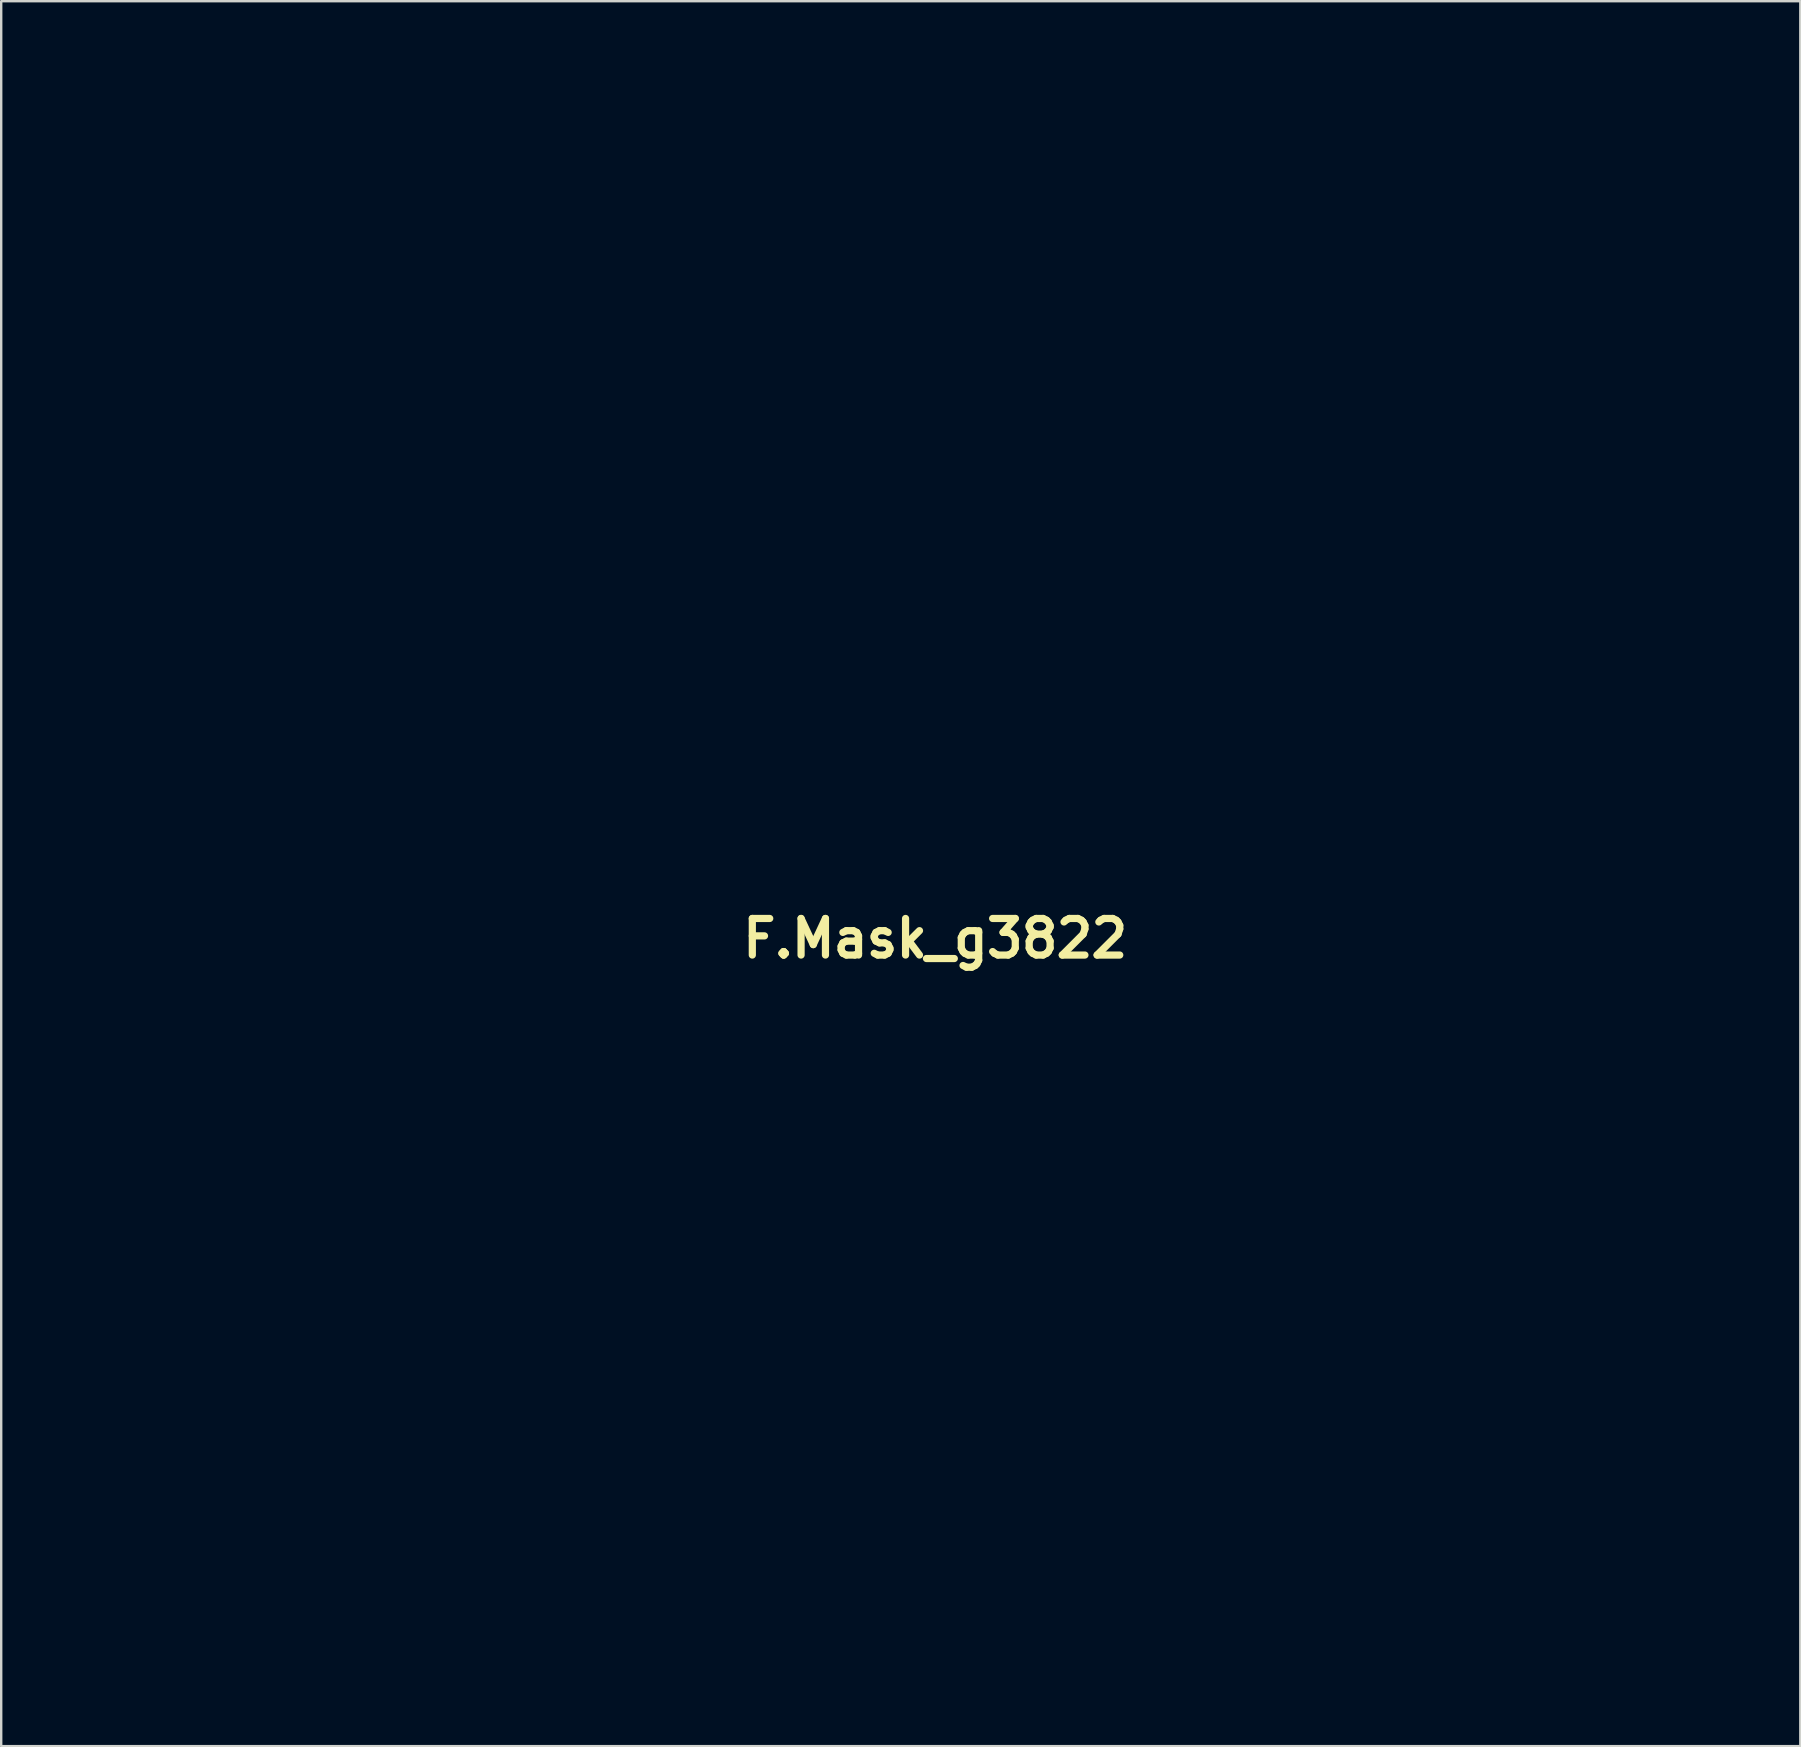
<source format=kicad_pcb>
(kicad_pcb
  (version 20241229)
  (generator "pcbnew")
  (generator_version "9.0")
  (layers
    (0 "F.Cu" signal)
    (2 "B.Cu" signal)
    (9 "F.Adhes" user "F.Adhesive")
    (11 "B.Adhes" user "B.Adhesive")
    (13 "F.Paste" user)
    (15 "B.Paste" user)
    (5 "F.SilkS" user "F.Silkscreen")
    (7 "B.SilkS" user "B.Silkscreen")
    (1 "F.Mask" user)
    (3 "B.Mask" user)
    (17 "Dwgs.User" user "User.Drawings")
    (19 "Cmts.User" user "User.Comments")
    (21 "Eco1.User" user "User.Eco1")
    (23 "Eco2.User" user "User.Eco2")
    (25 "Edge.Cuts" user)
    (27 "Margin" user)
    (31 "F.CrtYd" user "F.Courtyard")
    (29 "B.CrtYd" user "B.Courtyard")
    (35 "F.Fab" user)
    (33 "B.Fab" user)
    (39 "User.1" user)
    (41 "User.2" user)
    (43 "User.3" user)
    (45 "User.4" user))
  (footprint "F.Mask_g3822"
    (layer "F.Cu")
    (at 35.923 36.062)
    (property "Reference" "F.Mask_g3822" (at 0 0 0) (layer "F.SilkS") (effects (font (size 1.524 1.524) (thickness 0.3))))
    (attr through_hole)
    (fp_poly (pts (xy -19.244 -22.966) (xy -19.213 -22.953) (xy -19.087 -22.874) (xy -18.999 -22.784) (xy -18.946 -22.676) (xy -18.925 -22.546) (xy -18.924 -22.511) (xy -18.941 -22.371) (xy -18.99 -22.251) (xy -19.065 -22.155) (xy -19.16 -22.085) (xy -19.27 -22.045) (xy -19.389 -22.038) (xy -19.513 -22.069) (xy -19.573 -22.098) (xy -19.682 -22.183) (xy -19.758 -22.287) (xy -19.799 -22.405) (xy -19.804 -22.531) (xy -19.772 -22.657) (xy -19.703 -22.779) (xy -19.672 -22.816) (xy -19.57 -22.907) (xy -19.46 -22.963) (xy -19.35 -22.983) (xy -19.244 -22.966)) (stroke (width 0.01) (type solid)) (fill yes) (layer "F.Mask"))
    (fp_poly (pts (xy -18.157 -20.378) (xy -18.051 -20.314) (xy -17.959 -20.212) (xy -17.955 -20.206) (xy -17.883 -20.074) (xy -17.852 -19.949) (xy -17.861 -19.828) (xy -17.911 -19.708) (xy -17.935 -19.669) (xy -18.023 -19.57) (xy -18.131 -19.502) (xy -18.249 -19.466) (xy -18.37 -19.467) (xy -18.421 -19.479) (xy -18.54 -19.54) (xy -18.639 -19.635) (xy -18.698 -19.73) (xy -18.745 -19.865) (xy -18.749 -19.996) (xy -18.712 -20.122) (xy -18.635 -20.237) (xy -18.62 -20.253) (xy -18.51 -20.342) (xy -18.393 -20.393) (xy -18.273 -20.405) (xy -18.157 -20.378)) (stroke (width 0.01) (type solid)) (fill yes) (layer "F.Mask"))
    (fp_poly (pts (xy -17.953 -23.53) (xy -17.856 -23.485) (xy -17.766 -23.407) (xy -17.678 -23.286) (xy -17.629 -23.159) (xy -17.619 -23.028) (xy -17.649 -22.901) (xy -17.719 -22.781) (xy -17.759 -22.736) (xy -17.864 -22.655) (xy -17.984 -22.614) (xy -18.118 -22.613) (xy -18.203 -22.631) (xy -18.296 -22.676) (xy -18.381 -22.754) (xy -18.452 -22.852) (xy -18.501 -22.962) (xy -18.521 -23.071) (xy -18.521 -23.078) (xy -18.501 -23.209) (xy -18.447 -23.326) (xy -18.364 -23.424) (xy -18.259 -23.497) (xy -18.138 -23.537) (xy -18.065 -23.543) (xy -17.953 -23.53)) (stroke (width 0.01) (type solid)) (fill yes) (layer "F.Mask"))
    (fp_poly (pts (xy -20.439 -25.569) (xy -20.333 -25.499) (xy -20.297 -25.468) (xy -20.208 -25.363) (xy -20.155 -25.247) (xy -20.137 -25.126) (xy -20.152 -25.006) (xy -20.196 -24.893) (xy -20.27 -24.795) (xy -20.369 -24.716) (xy -20.493 -24.665) (xy -20.553 -24.652) (xy -20.625 -24.652) (xy -20.7 -24.664) (xy -20.707 -24.666) (xy -20.828 -24.724) (xy -20.922 -24.813) (xy -20.986 -24.927) (xy -21.016 -25.063) (xy -21.018 -25.11) (xy -21 -25.256) (xy -20.948 -25.382) (xy -20.861 -25.483) (xy -20.765 -25.547) (xy -20.648 -25.591) (xy -20.542 -25.599) (xy -20.439 -25.569)) (stroke (width 0.01) (type solid)) (fill yes) (layer "F.Mask"))
    (fp_poly (pts (xy -19.199 -24.575) (xy -19.084 -24.521) (xy -18.993 -24.441) (xy -18.923 -24.332) (xy -18.888 -24.209) (xy -18.887 -24.08) (xy -18.919 -23.955) (xy -18.982 -23.842) (xy -19.075 -23.749) (xy -19.087 -23.74) (xy -19.182 -23.694) (xy -19.293 -23.67) (xy -19.403 -23.671) (xy -19.485 -23.693) (xy -19.584 -23.758) (xy -19.672 -23.854) (xy -19.74 -23.969) (xy -19.78 -24.092) (xy -19.782 -24.104) (xy -19.778 -24.203) (xy -19.74 -24.311) (xy -19.672 -24.421) (xy -19.654 -24.443) (xy -19.556 -24.529) (xy -19.443 -24.579) (xy -19.321 -24.595) (xy -19.199 -24.575)) (stroke (width 0.01) (type solid)) (fill yes) (layer "F.Mask"))
    (fp_poly (pts (xy -17.964 -21.932) (xy -17.945 -21.928) (xy -17.854 -21.885) (xy -17.764 -21.814) (xy -17.688 -21.724) (xy -17.654 -21.667) (xy -17.623 -21.569) (xy -17.611 -21.458) (xy -17.619 -21.35) (xy -17.645 -21.266) (xy -17.719 -21.159) (xy -17.816 -21.077) (xy -17.929 -21.022) (xy -18.049 -20.999) (xy -18.167 -21.01) (xy -18.216 -21.027) (xy -18.314 -21.09) (xy -18.395 -21.181) (xy -18.456 -21.291) (xy -18.492 -21.409) (xy -18.498 -21.526) (xy -18.474 -21.626) (xy -18.404 -21.746) (xy -18.311 -21.84) (xy -18.202 -21.905) (xy -18.084 -21.937) (xy -17.964 -21.932)) (stroke (width 0.01) (type solid)) (fill yes) (layer "F.Mask"))
    (fp_poly (pts (xy -19.47 -21.544) (xy -19.428 -21.526) (xy -19.297 -21.442) (xy -19.205 -21.34) (xy -19.15 -21.22) (xy -19.132 -21.08) (xy -19.132 -21.079) (xy -19.152 -20.936) (xy -19.208 -20.813) (xy -19.299 -20.713) (xy -19.421 -20.639) (xy -19.456 -20.626) (xy -19.53 -20.603) (xy -19.589 -20.599) (xy -19.652 -20.612) (xy -19.69 -20.625) (xy -19.812 -20.689) (xy -19.91 -20.779) (xy -19.979 -20.888) (xy -20.016 -21.01) (xy -20.017 -21.137) (xy -20 -21.211) (xy -19.938 -21.331) (xy -19.843 -21.435) (xy -19.776 -21.485) (xy -19.665 -21.541) (xy -19.566 -21.561) (xy -19.47 -21.544)) (stroke (width 0.01) (type solid)) (fill yes) (layer "F.Mask"))
    (fp_poly (pts (xy -21.829 -25.007) (xy -21.766 -25) (xy -21.718 -24.985) (xy -21.67 -24.958) (xy -21.658 -24.95) (xy -21.566 -24.865) (xy -21.503 -24.751) (xy -21.47 -24.614) (xy -21.469 -24.609) (xy -21.468 -24.48) (xy -21.498 -24.374) (xy -21.561 -24.279) (xy -21.613 -24.227) (xy -21.727 -24.143) (xy -21.835 -24.099) (xy -21.942 -24.094) (xy -22.034 -24.121) (xy -22.162 -24.195) (xy -22.261 -24.292) (xy -22.327 -24.406) (xy -22.356 -24.531) (xy -22.357 -24.563) (xy -22.339 -24.687) (xy -22.287 -24.8) (xy -22.196 -24.911) (xy -22.183 -24.924) (xy -22.096 -25.008) (xy -21.921 -25.008) (xy -21.829 -25.007)) (stroke (width 0.01) (type solid)) (fill yes) (layer "F.Mask"))
    (fp_poly (pts (xy -20.615 -23.996) (xy -20.472 -23.962) (xy -20.359 -23.898) (xy -20.276 -23.805) (xy -20.225 -23.684) (xy -20.207 -23.537) (xy -20.219 -23.404) (xy -20.26 -23.297) (xy -20.334 -23.206) (xy -20.394 -23.157) (xy -20.467 -23.111) (xy -20.534 -23.087) (xy -20.619 -23.076) (xy -20.625 -23.076) (xy -20.703 -23.074) (xy -20.758 -23.083) (xy -20.811 -23.108) (xy -20.854 -23.135) (xy -20.973 -23.235) (xy -21.053 -23.346) (xy -21.093 -23.467) (xy -21.094 -23.591) (xy -21.053 -23.718) (xy -20.971 -23.841) (xy -20.963 -23.851) (xy -20.873 -23.937) (xy -20.78 -23.985) (xy -20.675 -24) (xy -20.615 -23.996)) (stroke (width 0.01) (type solid)) (fill yes) (layer "F.Mask"))
    (fp_poly (pts (xy -21.975 -23.582) (xy -21.862 -23.537) (xy -21.767 -23.465) (xy -21.698 -23.368) (xy -21.694 -23.36) (xy -21.669 -23.275) (xy -21.656 -23.169) (xy -21.656 -23.061) (xy -21.67 -22.97) (xy -21.676 -22.951) (xy -21.725 -22.869) (xy -21.803 -22.789) (xy -21.899 -22.722) (xy -21.998 -22.676) (xy -22.045 -22.664) (xy -22.105 -22.664) (xy -22.178 -22.678) (xy -22.203 -22.686) (xy -22.321 -22.748) (xy -22.419 -22.841) (xy -22.493 -22.957) (xy -22.535 -23.086) (xy -22.542 -23.169) (xy -22.526 -23.259) (xy -22.481 -23.356) (xy -22.418 -23.448) (xy -22.343 -23.52) (xy -22.33 -23.53) (xy -22.218 -23.581) (xy -22.097 -23.598) (xy -21.975 -23.582)) (stroke (width 0.01) (type solid)) (fill yes) (layer "F.Mask"))
    (fp_poly (pts (xy -20.69 -22.525) (xy -20.623 -22.493) (xy -20.602 -22.48) (xy -20.492 -22.404) (xy -20.42 -22.32) (xy -20.379 -22.22) (xy -20.366 -22.129) (xy -20.366 -22.043) (xy -20.374 -21.962) (xy -20.384 -21.917) (xy -20.424 -21.836) (xy -20.488 -21.753) (xy -20.563 -21.682) (xy -20.632 -21.64) (xy -20.716 -21.618) (xy -20.816 -21.611) (xy -20.914 -21.62) (xy -20.993 -21.642) (xy -21.009 -21.651) (xy -21.093 -21.719) (xy -21.17 -21.81) (xy -21.225 -21.907) (xy -21.253 -22.024) (xy -21.244 -22.144) (xy -21.203 -22.26) (xy -21.136 -22.364) (xy -21.046 -22.45) (xy -20.939 -22.51) (xy -20.823 -22.536) (xy -20.75 -22.538) (xy -20.69 -22.525)) (stroke (width 0.01) (type solid)) (fill yes) (layer "F.Mask"))
    (fp_poly (pts (xy -16.587 -22.486) (xy -16.541 -22.469) (xy -16.457 -22.421) (xy -16.371 -22.346) (xy -16.296 -22.257) (xy -16.246 -22.171) (xy -16.223 -22.085) (xy -16.214 -21.985) (xy -16.22 -21.889) (xy -16.233 -21.837) (xy -16.274 -21.766) (xy -16.339 -21.691) (xy -16.413 -21.625) (xy -16.466 -21.592) (xy -16.591 -21.546) (xy -16.709 -21.542) (xy -16.773 -21.558) (xy -16.842 -21.588) (xy -16.903 -21.622) (xy -16.911 -21.627) (xy -16.975 -21.69) (xy -17.036 -21.775) (xy -17.085 -21.866) (xy -17.11 -21.945) (xy -17.109 -22.068) (xy -17.072 -22.189) (xy -17.004 -22.299) (xy -16.909 -22.391) (xy -16.794 -22.455) (xy -16.753 -22.469) (xy -16.682 -22.488) (xy -16.633 -22.494) (xy -16.587 -22.486)) (stroke (width 0.01) (type solid)) (fill yes) (layer "F.Mask"))
    (fp_poly (pts (xy -9.444 -19.606) (xy -9.351 -19.596) (xy -9.283 -19.578) (xy -9.221 -19.549) (xy -9.182 -19.523) (xy -9.117 -19.478) (xy -9.039 -19.419) (xy -8.952 -19.352) (xy -8.863 -19.283) (xy -8.779 -19.215) (xy -8.707 -19.154) (xy -8.651 -19.106) (xy -8.62 -19.075) (xy -8.615 -19.068) (xy -8.634 -19.059) (xy -8.686 -19.053) (xy -8.759 -19.05) (xy -8.779 -19.05) (xy -9.081 -19.029) (xy -9.392 -18.966) (xy -9.709 -18.862) (xy -10.034 -18.717) (xy -10.366 -18.531) (xy -10.705 -18.303) (xy -11.05 -18.035) (xy -11.27 -17.846) (xy -11.407 -17.72) (xy -11.558 -17.574) (xy -11.716 -17.417) (xy -11.873 -17.255) (xy -12.024 -17.096) (xy -12.16 -16.947) (xy -12.275 -16.815) (xy -12.323 -16.757) (xy -12.6 -16.386) (xy -12.839 -16.009) (xy -13.041 -15.627) (xy -13.204 -15.242) (xy -13.329 -14.856) (xy -13.415 -14.47) (xy -13.461 -14.086) (xy -13.467 -13.706) (xy -13.433 -13.331) (xy -13.357 -12.963) (xy -13.326 -12.852) (xy -13.301 -12.77) (xy -13.279 -12.701) (xy -13.264 -12.657) (xy -13.262 -12.652) (xy -13.256 -12.622) (xy -13.264 -12.616) (xy -13.285 -12.629) (xy -13.334 -12.664) (xy -13.404 -12.719) (xy -13.49 -12.787) (xy -13.587 -12.866) (xy -13.893 -13.116) (xy -13.962 -13.295) (xy -14.075 -13.648) (xy -14.148 -14.01) (xy -14.18 -14.379) (xy -14.172 -14.754) (xy -14.124 -15.134) (xy -14.037 -15.516) (xy -13.91 -15.898) (xy -13.744 -16.279) (xy -13.539 -16.657) (xy -13.526 -16.679) (xy -13.334 -16.972) (xy -13.107 -17.276) (xy -12.848 -17.586) (xy -12.562 -17.897) (xy -12.251 -18.205) (xy -12.118 -18.329) (xy -11.808 -18.601) (xy -11.511 -18.837) (xy -11.222 -19.039) (xy -10.938 -19.21) (xy -10.654 -19.352) (xy -10.366 -19.469) (xy -10.286 -19.496) (xy -10.013 -19.571) (xy -9.746 -19.607) (xy -9.475 -19.608) (xy -9.444 -19.606)) (stroke (width 0.01) (type solid)) (fill yes) (layer "F.Mask"))
    (fp_poly (pts (xy -35.894 -36.053) (xy -35.837 -36.034) (xy -35.751 -36.002) (xy -35.638 -35.96) (xy -35.505 -35.908) (xy -35.356 -35.848) (xy -35.196 -35.782) (xy -35.147 -35.762) (xy -34.986 -35.694) (xy -34.804 -35.611) (xy -34.608 -35.52) (xy -34.408 -35.424) (xy -34.212 -35.327) (xy -34.028 -35.233) (xy -33.864 -35.146) (xy -33.728 -35.071) (xy -33.701 -35.055) (xy -33.61 -34.999) (xy -33.494 -34.923) (xy -33.361 -34.835) (xy -33.221 -34.74) (xy -33.083 -34.644) (xy -33.031 -34.607) (xy -32.931 -34.535) (xy -32.803 -34.441) (xy -32.65 -34.329) (xy -32.477 -34.202) (xy -32.29 -34.064) (xy -32.092 -33.917) (xy -31.889 -33.766) (xy -31.684 -33.615) (xy -31.484 -33.465) (xy -31.293 -33.322) (xy -31.114 -33.188) (xy -30.954 -33.067) (xy -30.817 -32.963) (xy -30.707 -32.879) (xy -30.687 -32.864) (xy -30.502 -32.721) (xy -30.802 -32.357) (xy -31.031 -32.08) (xy -31.235 -31.836) (xy -31.412 -31.625) (xy -31.563 -31.448) (xy -31.688 -31.303) (xy -31.787 -31.192) (xy -31.861 -31.114) (xy -31.908 -31.069) (xy -31.927 -31.057) (xy -31.949 -31.07) (xy -31.996 -31.108) (xy -32.062 -31.167) (xy -32.143 -31.242) (xy -32.234 -31.33) (xy -32.237 -31.333) (xy -32.322 -31.413) (xy -32.433 -31.515) (xy -32.565 -31.633) (xy -32.712 -31.762) (xy -32.867 -31.896) (xy -33.025 -32.031) (xy -33.152 -32.137) (xy -33.417 -32.359) (xy -33.65 -32.558) (xy -33.857 -32.739) (xy -34.039 -32.904) (xy -34.2 -33.058) (xy -34.344 -33.204) (xy -34.472 -33.345) (xy -34.589 -33.485) (xy -34.698 -33.628) (xy -34.801 -33.776) (xy -34.902 -33.935) (xy -35.005 -34.106) (xy -35.111 -34.294) (xy -35.174 -34.409) (xy -35.235 -34.525) (xy -35.303 -34.66) (xy -35.376 -34.808) (xy -35.452 -34.966) (xy -35.529 -35.129) (xy -35.604 -35.292) (xy -35.676 -35.451) (xy -35.742 -35.601) (xy -35.801 -35.737) (xy -35.85 -35.855) (xy -35.887 -35.95) (xy -35.91 -36.018) (xy -35.918 -36.053) (xy -35.917 -36.057) (xy -35.894 -36.053)) (stroke (width 0.01) (type solid)) (fill yes) (layer "F.Mask"))
    (fp_poly (pts (xy -13.123 -22.179) (xy -12.879 -22.172) (xy -12.756 -22.085) (xy -12.689 -22.035) (xy -12.604 -21.971) (xy -12.507 -21.897) (xy -12.403 -21.816) (xy -12.298 -21.734) (xy -12.197 -21.654) (xy -12.106 -21.58) (xy -12.029 -21.517) (xy -11.973 -21.47) (xy -11.943 -21.442) (xy -11.939 -21.437) (xy -11.958 -21.428) (xy -12.008 -21.423) (xy -12.07 -21.421) (xy -12.344 -21.401) (xy -12.631 -21.343) (xy -12.929 -21.247) (xy -13.235 -21.116) (xy -13.547 -20.95) (xy -13.863 -20.75) (xy -14.18 -20.518) (xy -14.496 -20.255) (xy -14.681 -20.085) (xy -14.835 -19.937) (xy -14.992 -19.781) (xy -15.147 -19.624) (xy -15.293 -19.47) (xy -15.426 -19.327) (xy -15.539 -19.2) (xy -15.625 -19.097) (xy -15.783 -18.886) (xy -15.941 -18.651) (xy -16.093 -18.403) (xy -16.234 -18.149) (xy -16.36 -17.899) (xy -16.466 -17.66) (xy -16.547 -17.442) (xy -16.551 -17.429) (xy -16.654 -17.061) (xy -16.721 -16.707) (xy -16.753 -16.363) (xy -16.749 -16.021) (xy -16.709 -15.675) (xy -16.635 -15.319) (xy -16.617 -15.25) (xy -16.594 -15.16) (xy -16.579 -15.088) (xy -16.572 -15.042) (xy -16.574 -15.028) (xy -16.595 -15.041) (xy -16.643 -15.077) (xy -16.714 -15.131) (xy -16.802 -15.2) (xy -16.903 -15.28) (xy -16.926 -15.298) (xy -17.082 -15.425) (xy -17.208 -15.529) (xy -17.309 -15.615) (xy -17.387 -15.686) (xy -17.447 -15.747) (xy -17.491 -15.8) (xy -17.524 -15.85) (xy -17.549 -15.901) (xy -17.57 -15.956) (xy -17.577 -15.977) (xy -17.653 -16.232) (xy -17.707 -16.466) (xy -17.74 -16.694) (xy -17.755 -16.929) (xy -17.753 -17.184) (xy -17.753 -17.187) (xy -17.721 -17.569) (xy -17.654 -17.942) (xy -17.55 -18.31) (xy -17.407 -18.677) (xy -17.225 -19.047) (xy -17.084 -19.292) (xy -16.948 -19.505) (xy -16.797 -19.717) (xy -16.628 -19.932) (xy -16.437 -20.156) (xy -16.22 -20.392) (xy -15.972 -20.647) (xy -15.929 -20.69) (xy -15.569 -21.03) (xy -15.21 -21.327) (xy -14.854 -21.582) (xy -14.498 -21.796) (xy -14.34 -21.877) (xy -14.102 -21.987) (xy -13.886 -22.07) (xy -13.682 -22.128) (xy -13.483 -22.164) (xy -13.28 -22.18) (xy -13.123 -22.179)) (stroke (width 0.01) (type solid)) (fill yes) (layer "F.Mask"))
    (fp_poly (pts (xy 4.586 20.184) (xy 4.611 20.202) (xy 4.65 20.239) (xy 4.706 20.3) (xy 4.781 20.386) (xy 4.878 20.5) (xy 5.141 20.818) (xy 5.369 21.118) (xy 5.566 21.403) (xy 5.735 21.676) (xy 5.875 21.939) (xy 5.985 22.189) (xy 6.07 22.448) (xy 6.133 22.724) (xy 6.174 23.024) (xy 6.195 23.354) (xy 6.196 23.369) (xy 6.199 23.584) (xy 6.194 23.778) (xy 6.177 23.967) (xy 6.149 24.166) (xy 6.108 24.388) (xy 6.106 24.4) (xy 6.061 24.594) (xy 6.003 24.808) (xy 5.934 25.034) (xy 5.857 25.265) (xy 5.775 25.494) (xy 5.69 25.711) (xy 5.606 25.91) (xy 5.524 26.082) (xy 5.452 26.215) (xy 5.261 26.493) (xy 5.031 26.76) (xy 4.762 27.013) (xy 4.455 27.252) (xy 4.111 27.477) (xy 3.731 27.686) (xy 3.492 27.801) (xy 3.374 27.854) (xy 3.243 27.908) (xy 3.106 27.962) (xy 2.969 28.015) (xy 2.836 28.063) (xy 2.713 28.105) (xy 2.606 28.139) (xy 2.52 28.164) (xy 2.461 28.177) (xy 2.435 28.176) (xy 2.434 28.174) (xy 2.442 28.15) (xy 2.463 28.093) (xy 2.496 28.008) (xy 2.538 27.902) (xy 2.586 27.78) (xy 2.612 27.716) (xy 2.79 27.274) (xy 2.988 27.247) (xy 3.139 27.222) (xy 3.274 27.192) (xy 3.404 27.154) (xy 3.538 27.102) (xy 3.69 27.035) (xy 3.823 26.97) (xy 4.124 26.809) (xy 4.389 26.646) (xy 4.62 26.475) (xy 4.824 26.293) (xy 5.005 26.095) (xy 5.168 25.878) (xy 5.236 25.775) (xy 5.4 25.473) (xy 5.532 25.146) (xy 5.63 24.795) (xy 5.695 24.421) (xy 5.726 24.026) (xy 5.723 23.61) (xy 5.686 23.176) (xy 5.682 23.146) (xy 5.615 22.764) (xy 5.517 22.394) (xy 5.388 22.041) (xy 5.23 21.71) (xy 5.045 21.403) (xy 4.836 21.126) (xy 4.692 20.968) (xy 4.614 20.889) (xy 4.541 20.819) (xy 4.481 20.763) (xy 4.443 20.73) (xy 4.441 20.728) (xy 4.384 20.686) (xy 4.468 20.456) (xy 4.502 20.361) (xy 4.532 20.28) (xy 4.553 20.222) (xy 4.562 20.195) (xy 4.571 20.183) (xy 4.586 20.184)) (stroke (width 0.01) (type solid)) (fill yes) (layer "F.Mask"))
    (fp_poly (pts (xy -11.597 -21.032) (xy -11.479 -21.016) (xy -11.407 -21.002) (xy -11.367 -20.989) (xy -11.35 -20.97) (xy -11.347 -20.941) (xy -11.347 -20.937) (xy -11.355 -20.884) (xy -11.372 -20.813) (xy -11.384 -20.775) (xy -11.419 -20.669) (xy -11.58 -20.656) (xy -11.781 -20.622) (xy -12.003 -20.552) (xy -12.245 -20.445) (xy -12.507 -20.302) (xy -12.789 -20.122) (xy -13.091 -19.906) (xy -13.412 -19.655) (xy -13.506 -19.578) (xy -13.608 -19.49) (xy -13.731 -19.378) (xy -13.87 -19.247) (xy -14.02 -19.103) (xy -14.176 -18.951) (xy -14.33 -18.796) (xy -14.479 -18.645) (xy -14.616 -18.504) (xy -14.735 -18.376) (xy -14.831 -18.269) (xy -14.869 -18.224) (xy -15.109 -17.909) (xy -15.325 -17.57) (xy -15.512 -17.217) (xy -15.665 -16.86) (xy -15.715 -16.719) (xy -15.767 -16.559) (xy -15.807 -16.424) (xy -15.837 -16.303) (xy -15.858 -16.188) (xy -15.872 -16.067) (xy -15.881 -15.933) (xy -15.885 -15.775) (xy -15.886 -15.589) (xy -15.885 -15.396) (xy -15.881 -15.237) (xy -15.873 -15.102) (xy -15.86 -14.984) (xy -15.841 -14.873) (xy -15.815 -14.76) (xy -15.78 -14.638) (xy -15.744 -14.524) (xy -15.713 -14.426) (xy -15.689 -14.343) (xy -15.674 -14.283) (xy -15.669 -14.254) (xy -15.67 -14.253) (xy -15.689 -14.261) (xy -15.733 -14.29) (xy -15.791 -14.336) (xy -15.804 -14.346) (xy -15.914 -14.443) (xy -15.995 -14.527) (xy -16.057 -14.61) (xy -16.106 -14.702) (xy -16.148 -14.808) (xy -16.194 -14.936) (xy -16.23 -15.046) (xy -16.257 -15.146) (xy -16.278 -15.243) (xy -16.292 -15.345) (xy -16.301 -15.46) (xy -16.306 -15.596) (xy -16.308 -15.76) (xy -16.308 -15.928) (xy -16.308 -16.102) (xy -16.307 -16.24) (xy -16.305 -16.349) (xy -16.301 -16.435) (xy -16.295 -16.506) (xy -16.287 -16.566) (xy -16.276 -16.624) (xy -16.262 -16.686) (xy -16.259 -16.698) (xy -16.124 -17.147) (xy -15.951 -17.58) (xy -15.739 -17.998) (xy -15.487 -18.4) (xy -15.271 -18.693) (xy -15.173 -18.813) (xy -15.051 -18.953) (xy -14.913 -19.106) (xy -14.766 -19.265) (xy -14.617 -19.421) (xy -14.474 -19.566) (xy -14.343 -19.693) (xy -14.309 -19.725) (xy -13.979 -20.015) (xy -13.653 -20.27) (xy -13.333 -20.49) (xy -13.019 -20.674) (xy -12.714 -20.821) (xy -12.418 -20.931) (xy -12.132 -21.003) (xy -11.858 -21.037) (xy -11.597 -21.032)) (stroke (width 0.01) (type solid)) (fill yes) (layer "F.Mask"))
    (fp_poly (pts (xy -0.517 24.497) (xy -0.514 24.498) (xy -0.519 24.519) (xy -0.538 24.57) (xy -0.568 24.644) (xy -0.605 24.732) (xy -0.646 24.826) (xy -0.686 24.917) (xy -0.723 24.999) (xy -0.753 25.062) (xy -0.773 25.099) (xy -0.777 25.104) (xy -0.802 25.116) (xy -0.861 25.136) (xy -0.943 25.163) (xy -1.041 25.194) (xy -1.058 25.199) (xy -1.494 25.341) (xy -1.903 25.497) (xy -2.286 25.668) (xy -2.641 25.852) (xy -2.966 26.046) (xy -3.26 26.252) (xy -3.522 26.466) (xy -3.75 26.689) (xy -3.942 26.918) (xy -4.098 27.154) (xy -4.216 27.394) (xy -4.295 27.637) (xy -4.333 27.883) (xy -4.334 27.902) (xy -4.33 28.132) (xy -4.292 28.356) (xy -4.217 28.578) (xy -4.105 28.805) (xy -4.016 28.95) (xy -3.849 29.173) (xy -3.646 29.396) (xy -3.411 29.615) (xy -3.15 29.824) (xy -2.868 30.018) (xy -2.738 30.098) (xy -2.651 30.15) (xy -2.578 30.193) (xy -2.527 30.223) (xy -2.504 30.236) (xy -2.504 30.236) (xy -2.511 30.255) (xy -2.535 30.303) (xy -2.57 30.374) (xy -2.61 30.451) (xy -2.664 30.552) (xy -2.705 30.617) (xy -2.734 30.649) (xy -2.752 30.654) (xy -2.801 30.634) (xy -2.879 30.597) (xy -2.976 30.548) (xy -3.084 30.492) (xy -3.195 30.433) (xy -3.3 30.374) (xy -3.391 30.322) (xy -3.425 30.301) (xy -3.696 30.118) (xy -3.947 29.917) (xy -4.174 29.704) (xy -4.371 29.482) (xy -4.535 29.257) (xy -4.644 29.067) (xy -4.727 28.881) (xy -4.791 28.695) (xy -4.836 28.498) (xy -4.864 28.283) (xy -4.877 28.041) (xy -4.878 27.898) (xy -4.876 27.752) (xy -4.872 27.638) (xy -4.865 27.545) (xy -4.852 27.462) (xy -4.835 27.379) (xy -4.83 27.361) (xy -4.776 27.175) (xy -4.706 26.999) (xy -4.619 26.827) (xy -4.512 26.658) (xy -4.381 26.488) (xy -4.225 26.314) (xy -4.041 26.132) (xy -3.825 25.939) (xy -3.577 25.733) (xy -3.397 25.591) (xy -3.288 25.507) (xy -3.171 25.421) (xy -3.059 25.341) (xy -2.965 25.276) (xy -2.953 25.268) (xy -2.689 25.111) (xy -2.394 24.963) (xy -2.081 24.83) (xy -1.76 24.716) (xy -1.444 24.626) (xy -1.27 24.587) (xy -1.172 24.569) (xy -1.059 24.551) (xy -0.94 24.534) (xy -0.822 24.519) (xy -0.713 24.507) (xy -0.621 24.499) (xy -0.553 24.495) (xy -0.517 24.497)) (stroke (width 0.01) (type solid)) (fill yes) (layer "F.Mask"))
    (fp_poly (pts (xy -10.565 -20.39) (xy -10.498 -20.385) (xy -10.448 -20.376) (xy -10.408 -20.363) (xy -10.38 -20.35) (xy -10.335 -20.323) (xy -10.27 -20.279) (xy -10.192 -20.224) (xy -10.109 -20.162) (xy -10.029 -20.099) (xy -9.957 -20.041) (xy -9.901 -19.994) (xy -9.87 -19.963) (xy -9.865 -19.955) (xy -9.884 -19.947) (xy -9.934 -19.941) (xy -10.007 -19.939) (xy -10.017 -19.939) (xy -10.193 -19.93) (xy -10.386 -19.905) (xy -10.578 -19.867) (xy -10.742 -19.822) (xy -10.852 -19.781) (xy -10.988 -19.724) (xy -11.139 -19.656) (xy -11.293 -19.582) (xy -11.441 -19.506) (xy -11.571 -19.436) (xy -11.642 -19.394) (xy -11.884 -19.235) (xy -12.12 -19.063) (xy -12.356 -18.873) (xy -12.595 -18.66) (xy -12.845 -18.419) (xy -13.109 -18.147) (xy -13.16 -18.093) (xy -13.303 -17.939) (xy -13.422 -17.807) (xy -13.523 -17.691) (xy -13.612 -17.583) (xy -13.695 -17.475) (xy -13.778 -17.36) (xy -13.868 -17.231) (xy -13.909 -17.17) (xy -14.068 -16.915) (xy -14.217 -16.64) (xy -14.352 -16.356) (xy -14.468 -16.072) (xy -14.562 -15.796) (xy -14.629 -15.539) (xy -14.635 -15.511) (xy -14.685 -15.186) (xy -14.708 -14.85) (xy -14.703 -14.512) (xy -14.671 -14.182) (xy -14.612 -13.869) (xy -14.563 -13.692) (xy -14.543 -13.623) (xy -14.531 -13.573) (xy -14.529 -13.552) (xy -14.548 -13.561) (xy -14.592 -13.592) (xy -14.654 -13.638) (xy -14.703 -13.676) (xy -14.794 -13.749) (xy -14.892 -13.829) (xy -14.978 -13.902) (xy -15.001 -13.922) (xy -15.059 -13.973) (xy -15.099 -14.015) (xy -15.13 -14.059) (xy -15.156 -14.115) (xy -15.184 -14.194) (xy -15.207 -14.267) (xy -15.259 -14.437) (xy -15.298 -14.59) (xy -15.325 -14.737) (xy -15.343 -14.89) (xy -15.352 -15.06) (xy -15.355 -15.259) (xy -15.355 -15.293) (xy -15.353 -15.445) (xy -15.35 -15.566) (xy -15.344 -15.666) (xy -15.334 -15.757) (xy -15.319 -15.848) (xy -15.299 -15.952) (xy -15.295 -15.97) (xy -15.188 -16.386) (xy -15.042 -16.792) (xy -14.856 -17.189) (xy -14.629 -17.579) (xy -14.362 -17.963) (xy -14.09 -18.299) (xy -14.005 -18.394) (xy -13.896 -18.512) (xy -13.77 -18.643) (xy -13.636 -18.78) (xy -13.499 -18.917) (xy -13.369 -19.046) (xy -13.251 -19.159) (xy -13.166 -19.238) (xy -12.822 -19.527) (xy -12.473 -19.778) (xy -12.122 -19.992) (xy -11.77 -20.166) (xy -11.419 -20.3) (xy -11.271 -20.344) (xy -11.19 -20.363) (xy -11.109 -20.377) (xy -11.017 -20.386) (xy -10.903 -20.39) (xy -10.784 -20.392) (xy -10.658 -20.392) (xy -10.565 -20.39)) (stroke (width 0.01) (type solid)) (fill yes) (layer "F.Mask"))
    (fp_poly (pts (xy 14.678 -11.016) (xy 14.73 -10.987) (xy 14.81 -10.939) (xy 14.914 -10.874) (xy 15.04 -10.796) (xy 15.184 -10.705) (xy 15.341 -10.605) (xy 15.509 -10.498) (xy 15.684 -10.385) (xy 15.863 -10.269) (xy 15.922 -10.23) (xy 16.84 -9.616) (xy 17.768 -8.967) (xy 18.7 -8.289) (xy 19.63 -7.586) (xy 20.55 -6.864) (xy 21.455 -6.126) (xy 22.277 -5.43) (xy 22.427 -5.3) (xy 22.596 -5.152) (xy 22.778 -4.991) (xy 22.968 -4.823) (xy 23.161 -4.651) (xy 23.35 -4.481) (xy 23.531 -4.317) (xy 23.698 -4.165) (xy 23.847 -4.029) (xy 23.971 -3.914) (xy 24.013 -3.874) (xy 24.713 -3.201) (xy 25.377 -2.543) (xy 26.009 -1.895) (xy 26.612 -1.255) (xy 27.189 -0.618) (xy 27.743 0.02) (xy 28.277 0.661) (xy 28.795 1.309) (xy 29.299 1.967) (xy 29.793 2.64) (xy 29.881 2.762) (xy 30.337 3.417) (xy 30.76 4.054) (xy 31.147 4.673) (xy 31.499 5.273) (xy 31.817 5.855) (xy 32.099 6.417) (xy 32.346 6.959) (xy 32.557 7.482) (xy 32.733 7.984) (xy 32.872 8.466) (xy 32.975 8.926) (xy 33.013 9.144) (xy 33.031 9.3) (xy 33.044 9.482) (xy 33.051 9.678) (xy 33.052 9.879) (xy 33.047 10.074) (xy 33.036 10.251) (xy 33.019 10.401) (xy 33.012 10.446) (xy 32.93 10.789) (xy 32.813 11.107) (xy 32.661 11.403) (xy 32.473 11.678) (xy 32.248 11.932) (xy 32.029 12.131) (xy 31.793 12.321) (xy 31.577 12.479) (xy 31.374 12.609) (xy 31.181 12.713) (xy 30.989 12.795) (xy 30.795 12.856) (xy 30.592 12.899) (xy 30.374 12.927) (xy 30.317 12.932) (xy 30.213 12.941) (xy 30.129 12.946) (xy 30.058 12.949) (xy 29.988 12.95) (xy 29.909 12.947) (xy 29.81 12.942) (xy 29.683 12.934) (xy 29.644 12.932) (xy 29.287 12.9) (xy 28.896 12.851) (xy 28.477 12.785) (xy 28.035 12.703) (xy 27.573 12.606) (xy 27.097 12.495) (xy 26.611 12.372) (xy 26.119 12.238) (xy 25.628 12.094) (xy 25.14 11.94) (xy 24.661 11.779) (xy 24.195 11.61) (xy 24.109 11.578) (xy 23.952 11.518) (xy 23.786 11.452) (xy 23.616 11.383) (xy 23.447 11.314) (xy 23.283 11.245) (xy 23.13 11.18) (xy 22.992 11.12) (xy 22.875 11.067) (xy 22.782 11.023) (xy 22.72 10.992) (xy 22.694 10.975) (xy 22.699 10.953) (xy 22.72 10.901) (xy 22.753 10.825) (xy 22.795 10.733) (xy 22.843 10.631) (xy 22.893 10.528) (xy 22.942 10.429) (xy 22.986 10.342) (xy 23.022 10.274) (xy 23.046 10.233) (xy 23.055 10.223) (xy 23.079 10.233) (xy 23.134 10.257) (xy 23.212 10.294) (xy 23.306 10.34) (xy 23.342 10.358) (xy 23.908 10.63) (xy 24.484 10.887) (xy 25.066 11.125) (xy 25.647 11.344) (xy 26.224 11.542) (xy 26.792 11.717) (xy 27.345 11.868) (xy 27.879 11.993) (xy 28.389 12.091) (xy 28.512 12.11) (xy 28.656 12.128) (xy 28.828 12.143) (xy 29.02 12.153) (xy 29.223 12.16) (xy 29.429 12.163) (xy 29.63 12.162) (xy 29.819 12.157) (xy 29.987 12.148) (xy 30.126 12.134) (xy 30.199 12.123) (xy 30.511 12.05) (xy 30.789 11.954) (xy 31.039 11.832) (xy 31.262 11.684) (xy 31.464 11.507) (xy 31.466 11.506) (xy 31.655 11.287) (xy 31.812 11.04) (xy 31.938 10.766) (xy 32.032 10.465) (xy 32.095 10.138) (xy 32.126 9.785) (xy 32.126 9.407) (xy 32.093 9.005) (xy 32.028 8.578) (xy 32.001 8.435) (xy 31.897 7.995) (xy 31.764 7.533) (xy 31.603 7.055) (xy 31.417 6.566) (xy 31.207 6.072) (xy 30.977 5.577) (xy 30.728 5.089) (xy 30.463 4.611) (xy 30.184 4.149) (xy 30.177 4.138) (xy 30.104 4.024) (xy 30.039 3.923) (xy 29.977 3.831) (xy 29.916 3.743) (xy 29.853 3.656) (xy 29.785 3.567) (xy 29.708 3.47) (xy 29.62 3.363) (xy 29.517 3.24) (xy 29.396 3.099) (xy 29.255 2.935) (xy 29.09 2.745) (xy 29.031 2.678) (xy 28.476 2.041) (xy 27.931 1.421) (xy 27.398 0.818) (xy 26.876 0.233) (xy 26.368 -0.333) (xy 25.873 -0.879) (xy 25.394 -1.404) (xy 24.93 -1.907) (xy 24.483 -2.386) (xy 24.054 -2.842) (xy 23.643 -3.273) (xy 23.252 -3.678) (xy 22.881 -4.056) (xy 22.532 -4.406) (xy 22.204 -4.727) (xy 21.9 -5.019) (xy 21.62 -5.28) (xy 21.365 -5.509) (xy 21.251 -5.607) (xy 21.148 -5.694) (xy 21.039 -5.781) (xy 20.92 -5.872) (xy 20.787 -5.97) (xy 20.635 -6.077) (xy 20.461 -6.197) (xy 20.259 -6.334) (xy 20.026 -6.489) (xy 20.003 -6.505) (xy 19.707 -6.704) (xy 19.384 -6.928) (xy 19.034 -7.176) (xy 18.662 -7.445) (xy 18.271 -7.732) (xy 17.864 -8.035) (xy 17.443 -8.352) (xy 17.013 -8.68) (xy 16.576 -9.017) (xy 16.135 -9.362) (xy 15.694 -9.71) (xy 15.391 -9.952) (xy 14.96 -10.298) (xy 14.806 -10.657) (xy 14.758 -10.771) (xy 14.717 -10.871) (xy 14.685 -10.951) (xy 14.664 -11.004) (xy 14.658 -11.024) (xy 14.678 -11.016)) (stroke (width 0.01) (type solid)) (fill yes) (layer "F.Mask"))
    (fp_poly (pts (xy -9.066 -18.278) (xy -9.035 -18.263) (xy -9.015 -18.235) (xy -8.984 -18.174) (xy -8.945 -18.088) (xy -8.9 -17.985) (xy -8.868 -17.907) (xy -8.808 -17.759) (xy -8.739 -17.602) (xy -8.667 -17.442) (xy -8.593 -17.285) (xy -8.521 -17.137) (xy -8.454 -17.005) (xy -8.395 -16.895) (xy -8.346 -16.813) (xy -8.319 -16.775) (xy -8.239 -16.691) (xy -8.128 -16.596) (xy -7.991 -16.495) (xy -7.837 -16.391) (xy -7.674 -16.29) (xy -7.508 -16.196) (xy -7.346 -16.113) (xy -7.197 -16.047) (xy -7.067 -16) (xy -7.042 -15.993) (xy -6.96 -15.969) (xy -6.887 -15.941) (xy -6.813 -15.901) (xy -6.727 -15.847) (xy -6.621 -15.771) (xy -6.604 -15.759) (xy -6.515 -15.695) (xy -6.425 -15.631) (xy -6.349 -15.578) (xy -6.318 -15.557) (xy -6.241 -15.504) (xy -6.132 -15.426) (xy -5.994 -15.324) (xy -5.828 -15.202) (xy -5.637 -15.059) (xy -5.422 -14.897) (xy -5.186 -14.719) (xy -4.929 -14.525) (xy -4.655 -14.316) (xy -4.366 -14.095) (xy -4.062 -13.863) (xy -3.746 -13.621) (xy -3.421 -13.37) (xy -3.087 -13.113) (xy -2.747 -12.851) (xy -2.403 -12.585) (xy -2.057 -12.316) (xy -1.711 -12.047) (xy -1.683 -12.025) (xy -1.523 -11.901) (xy -1.371 -11.782) (xy -1.224 -11.667) (xy -1.081 -11.556) (xy -0.94 -11.446) (xy -0.8 -11.336) (xy -0.659 -11.226) (xy -0.516 -11.113) (xy -0.369 -10.998) (xy -0.216 -10.878) (xy -0.056 -10.752) (xy 0.113 -10.619) (xy 0.292 -10.478) (xy 0.483 -10.327) (xy 0.687 -10.166) (xy 0.906 -9.993) (xy 1.142 -9.806) (xy 1.395 -9.606) (xy 1.669 -9.389) (xy 1.963 -9.156) (xy 2.28 -8.905) (xy 2.622 -8.634) (xy 2.99 -8.343) (xy 3.385 -8.03) (xy 3.809 -7.694) (xy 4.263 -7.333) (xy 4.572 -7.089) (xy 5.107 -6.665) (xy 5.61 -6.266) (xy 6.082 -5.892) (xy 6.525 -5.541) (xy 6.938 -5.214) (xy 7.324 -4.908) (xy 7.683 -4.624) (xy 8.016 -4.36) (xy 8.325 -4.116) (xy 8.611 -3.889) (xy 8.874 -3.681) (xy 9.117 -3.49) (xy 9.339 -3.314) (xy 9.542 -3.154) (xy 9.727 -3.008) (xy 9.895 -2.875) (xy 10.048 -2.755) (xy 10.186 -2.647) (xy 10.31 -2.549) (xy 10.422 -2.462) (xy 10.522 -2.383) (xy 10.613 -2.313) (xy 10.657 -2.278) (xy 10.9 -2.09) (xy 11.157 -1.889) (xy 11.426 -1.68) (xy 11.704 -1.462) (xy 11.99 -1.237) (xy 12.282 -1.008) (xy 12.576 -0.776) (xy 12.873 -0.543) (xy 13.168 -0.309) (xy 13.46 -0.078) (xy 13.748 0.15) (xy 14.028 0.373) (xy 14.3 0.588) (xy 14.56 0.796) (xy 14.807 0.992) (xy 15.038 1.178) (xy 15.252 1.349) (xy 15.447 1.506) (xy 15.62 1.645) (xy 15.769 1.766) (xy 15.892 1.867) (xy 15.987 1.947) (xy 16.052 2.002) (xy 16.076 2.024) (xy 16.116 2.06) (xy 16.18 2.116) (xy 16.259 2.185) (xy 16.347 2.26) (xy 16.362 2.273) (xy 16.464 2.361) (xy 16.574 2.457) (xy 16.678 2.548) (xy 16.756 2.619) (xy 16.929 2.774) (xy 16.957 2.99) (xy 16.974 3.161) (xy 16.984 3.358) (xy 16.987 3.572) (xy 16.983 3.79) (xy 16.973 4) (xy 16.957 4.192) (xy 16.935 4.35) (xy 16.873 4.646) (xy 16.795 4.908) (xy 16.699 5.14) (xy 16.585 5.348) (xy 16.551 5.4) (xy 16.485 5.487) (xy 16.393 5.594) (xy 16.282 5.716) (xy 16.156 5.845) (xy 16.023 5.976) (xy 15.888 6.101) (xy 15.8 6.179) (xy 15.466 6.452) (xy 15.106 6.718) (xy 14.734 6.967) (xy 14.425 7.154) (xy 14.332 7.208) (xy 14.249 7.256) (xy 14.185 7.294) (xy 14.148 7.317) (xy 14.147 7.317) (xy 14.112 7.335) (xy 14.095 7.326) (xy 14.09 7.315) (xy 14.083 7.304) (xy 14.067 7.286) (xy 14.041 7.261) (xy 14.004 7.227) (xy 13.953 7.183) (xy 13.886 7.127) (xy 13.804 7.058) (xy 13.703 6.975) (xy 13.582 6.877) (xy 13.44 6.762) (xy 13.275 6.628) (xy 13.085 6.476) (xy 12.869 6.303) (xy 12.625 6.108) (xy 12.352 5.889) (xy 12.048 5.646) (xy 11.927 5.549) (xy 11.56 5.255) (xy 11.224 4.987) (xy 10.919 4.742) (xy 10.642 4.519) (xy 10.394 4.319) (xy 10.171 4.139) (xy 9.974 3.978) (xy 9.8 3.836) (xy 9.717 3.768) (xy 10.647 3.768) (xy 10.663 3.785) (xy 10.711 3.829) (xy 10.792 3.901) (xy 10.905 3.999) (xy 11.049 4.124) (xy 11.225 4.277) (xy 11.433 4.455) (xy 11.673 4.661) (xy 11.944 4.893) (xy 12.246 5.151) (xy 12.58 5.436) (xy 12.945 5.747) (xy 13.237 5.996) (xy 13.389 6.125) (xy 13.53 6.244) (xy 13.659 6.352) (xy 13.772 6.445) (xy 13.865 6.521) (xy 13.935 6.578) (xy 13.979 6.611) (xy 13.994 6.62) (xy 14.013 6.603) (xy 14.054 6.559) (xy 14.11 6.496) (xy 14.176 6.42) (xy 14.181 6.414) (xy 14.246 6.337) (xy 14.298 6.272) (xy 14.333 6.224) (xy 14.346 6.201) (xy 14.346 6.201) (xy 14.329 6.185) (xy 14.283 6.144) (xy 14.209 6.08) (xy 14.109 5.994) (xy 13.987 5.888) (xy 13.843 5.765) (xy 13.681 5.626) (xy 13.503 5.473) (xy 13.311 5.309) (xy 13.107 5.134) (xy 12.894 4.952) (xy 12.885 4.945) (xy 12.672 4.762) (xy 12.468 4.588) (xy 12.275 4.423) (xy 12.097 4.27) (xy 11.935 4.131) (xy 11.791 4.007) (xy 11.668 3.902) (xy 11.569 3.815) (xy 11.494 3.75) (xy 11.447 3.709) (xy 11.43 3.693) (xy 11.43 3.693) (xy 11.43 3.691) (xy 11.43 3.69) (xy 11.433 3.689) (xy 11.442 3.692) (xy 11.46 3.697) (xy 11.488 3.706) (xy 11.529 3.72) (xy 11.586 3.741) (xy 11.661 3.767) (xy 11.757 3.802) (xy 11.877 3.844) (xy 12.022 3.896) (xy 12.195 3.959) (xy 12.399 4.032) (xy 12.636 4.118) (xy 12.909 4.216) (xy 13.101 4.286) (xy 13.328 4.367) (xy 13.542 4.444) (xy 13.742 4.516) (xy 13.923 4.58) (xy 14.083 4.637) (xy 14.218 4.685) (xy 14.325 4.722) (xy 14.4 4.748) (xy 14.44 4.761) (xy 14.446 4.763) (xy 14.471 4.746) (xy 14.519 4.701) (xy 14.585 4.629) (xy 14.665 4.536) (xy 14.757 4.425) (xy 14.761 4.419) (xy 14.842 4.319) (xy 14.525 3.742) (xy 14.436 3.579) (xy 14.331 3.39) (xy 14.217 3.183) (xy 14.099 2.967) (xy 13.981 2.753) (xy 13.869 2.55) (xy 13.812 2.445) (xy 13.721 2.28) (xy 13.634 2.122) (xy 13.554 1.977) (xy 13.483 1.849) (xy 13.425 1.742) (xy 13.381 1.663) (xy 13.355 1.615) (xy 13.353 1.612) (xy 13.325 1.556) (xy 13.312 1.522) (xy 13.318 1.516) (xy 13.341 1.534) (xy 13.394 1.577) (xy 13.474 1.644) (xy 13.58 1.733) (xy 13.709 1.842) (xy 13.858 1.968) (xy 14.026 2.11) (xy 14.21 2.266) (xy 14.407 2.434) (xy 14.616 2.612) (xy 14.834 2.799) (xy 14.954 2.901) (xy 15.209 3.118) (xy 15.432 3.308) (xy 15.626 3.473) (xy 15.791 3.612) (xy 15.929 3.727) (xy 16.04 3.82) (xy 16.126 3.89) (xy 16.188 3.939) (xy 16.228 3.968) (xy 16.245 3.978) (xy 16.245 3.978) (xy 16.266 3.962) (xy 16.309 3.92) (xy 16.366 3.858) (xy 16.433 3.782) (xy 16.441 3.772) (xy 16.513 3.687) (xy 16.56 3.628) (xy 16.586 3.589) (xy 16.595 3.564) (xy 16.59 3.546) (xy 16.579 3.533) (xy 16.558 3.514) (xy 16.507 3.471) (xy 16.428 3.403) (xy 16.323 3.314) (xy 16.196 3.205) (xy 16.047 3.078) (xy 15.88 2.935) (xy 15.696 2.778) (xy 15.497 2.609) (xy 15.286 2.429) (xy 15.066 2.241) (xy 14.944 2.137) (xy 14.719 1.946) (xy 14.502 1.761) (xy 14.296 1.586) (xy 14.103 1.422) (xy 13.926 1.27) (xy 13.766 1.134) (xy 13.626 1.014) (xy 13.508 0.914) (xy 13.414 0.833) (xy 13.347 0.776) (xy 13.308 0.743) (xy 13.3 0.736) (xy 13.255 0.695) (xy 12.983 1.016) (xy 12.899 1.116) (xy 12.825 1.206) (xy 12.765 1.281) (xy 12.723 1.336) (xy 12.704 1.364) (xy 12.704 1.366) (xy 12.713 1.389) (xy 12.74 1.446) (xy 12.785 1.534) (xy 12.846 1.65) (xy 12.921 1.791) (xy 13.008 1.954) (xy 13.105 2.135) (xy 13.212 2.332) (xy 13.327 2.542) (xy 13.415 2.703) (xy 13.536 2.923) (xy 13.651 3.133) (xy 13.76 3.331) (xy 13.86 3.514) (xy 13.95 3.678) (xy 14.027 3.82) (xy 14.091 3.936) (xy 14.139 4.025) (xy 14.169 4.081) (xy 14.179 4.1) (xy 14.224 4.189) (xy 13.965 4.097) (xy 13.892 4.071) (xy 13.785 4.032) (xy 13.648 3.983) (xy 13.487 3.925) (xy 13.307 3.86) (xy 13.113 3.791) (xy 12.911 3.717) (xy 12.711 3.645) (xy 12.431 3.544) (xy 12.189 3.457) (xy 11.981 3.382) (xy 11.804 3.318) (xy 11.657 3.266) (xy 11.536 3.223) (xy 11.439 3.189) (xy 11.363 3.163) (xy 11.305 3.145) (xy 11.262 3.132) (xy 11.233 3.124) (xy 11.214 3.121) (xy 11.202 3.121) (xy 11.195 3.123) (xy 11.173 3.144) (xy 11.13 3.191) (xy 11.072 3.257) (xy 11.003 3.336) (xy 10.928 3.423) (xy 10.853 3.512) (xy 10.782 3.596) (xy 10.722 3.67) (xy 10.676 3.727) (xy 10.65 3.761) (xy 10.647 3.768) (xy 9.717 3.768) (xy 9.648 3.711) (xy 9.517 3.601) (xy 9.405 3.507) (xy 9.311 3.426) (xy 9.239 3.364) (xy 9.189 3.321) (xy 9.11 3.254) (xy 9.005 3.169) (xy 8.879 3.066) (xy 8.735 2.95) (xy 8.578 2.825) (xy 8.412 2.692) (xy 8.24 2.555) (xy 8.213 2.533) (xy 7.981 2.349) (xy 7.741 2.158) (xy 7.494 1.963) (xy 7.246 1.765) (xy 6.998 1.567) (xy 6.754 1.373) (xy 6.517 1.184) (xy 6.29 1.003) (xy 6.077 0.833) (xy 5.881 0.676) (xy 5.705 0.535) (xy 5.552 0.413) (xy 5.426 0.311) (xy 5.329 0.233) (xy 5.323 0.229) (xy 5.265 0.182) (xy 5.176 0.11) (xy 5.06 0.018) (xy 4.919 -0.094) (xy 4.758 -0.223) (xy 4.578 -0.366) (xy 4.384 -0.52) (xy 4.177 -0.684) (xy 3.962 -0.856) (xy 3.74 -1.032) (xy 3.598 -1.144) (xy 3.164 -1.489) (xy 2.758 -1.814) (xy 2.381 -2.118) (xy 2.033 -2.4) (xy 1.716 -2.66) (xy 1.428 -2.899) (xy 1.172 -3.114) (xy 0.946 -3.306) (xy 0.753 -3.475) (xy 0.592 -3.62) (xy 0.464 -3.74) (xy 0.369 -3.836) (xy 0.352 -3.855) (xy 0.319 -3.894) (xy 0.282 -3.944) (xy 0.239 -4.007) (xy 0.188 -4.088) (xy 0.127 -4.19) (xy 0.054 -4.315) (xy -0.033 -4.467) (xy -0.136 -4.65) (xy -0.256 -4.867) (xy -0.263 -4.88) (xy -0.323 -4.985) (xy -0.397 -5.117) (xy -0.481 -5.263) (xy -0.567 -5.412) (xy -0.65 -5.555) (xy -0.657 -5.568) (xy -0.733 -5.698) (xy -0.805 -5.828) (xy -0.87 -5.948) (xy -0.924 -6.051) (xy -0.962 -6.128) (xy -0.969 -6.144) (xy -1.047 -6.353) (xy -1.112 -6.592) (xy -1.162 -6.845) (xy -1.194 -7.1) (xy -1.207 -7.345) (xy -1.207 -7.355) (xy -1.212 -7.469) (xy -1.227 -7.568) (xy -1.257 -7.663) (xy -1.305 -7.765) (xy -1.374 -7.882) (xy -1.432 -7.969) (xy -1.484 -8.051) (xy -1.549 -8.16) (xy -1.622 -8.287) (xy -1.697 -8.42) (xy -1.756 -8.53) (xy -1.926 -8.845) (xy -2.102 -9.163) (xy -2.282 -9.478) (xy -2.462 -9.788) (xy -2.641 -10.088) (xy -2.816 -10.374) (xy -2.985 -10.642) (xy -3.145 -10.889) (xy -3.293 -11.109) (xy -3.428 -11.299) (xy -3.543 -11.45) (xy -3.685 -11.624) (xy -3.833 -11.795) (xy -3.983 -11.958) (xy -4.129 -12.108) (xy -4.267 -12.242) (xy -4.394 -12.354) (xy -4.502 -12.44) (xy -4.565 -12.481) (xy -4.613 -12.508) (xy -4.651 -12.52) (xy -4.693 -12.52) (xy -4.754 -12.509) (xy -4.794 -12.5) (xy -4.909 -12.468) (xy -5.058 -12.419) (xy -5.236 -12.353) (xy -5.44 -12.273) (xy -5.666 -12.18) (xy -5.909 -12.076) (xy -5.969 -12.05) (xy -6.314 -11.894) (xy -6.623 -11.744) (xy -6.904 -11.597) (xy -7.162 -11.451) (xy -7.294 -11.37) (xy -7.448 -11.272) (xy -7.568 -11.186) (xy -7.659 -11.105) (xy -7.725 -11.022) (xy -7.772 -10.929) (xy -7.802 -10.821) (xy -7.82 -10.689) (xy -7.831 -10.527) (xy -7.833 -10.488) (xy -7.841 -10.337) (xy -7.852 -10.195) (xy -7.866 -10.07) (xy -7.881 -9.967) (xy -7.897 -9.892) (xy -7.912 -9.85) (xy -7.921 -9.842) (xy -7.943 -9.856) (xy -7.989 -9.891) (xy -8.052 -9.942) (xy -8.102 -9.985) (xy -8.243 -10.107) (xy -8.363 -10.212) (xy -8.468 -10.302) (xy -8.56 -10.381) (xy -8.644 -10.453) (xy -8.725 -10.52) (xy -8.805 -10.586) (xy -8.89 -10.654) (xy -8.982 -10.728) (xy -9.088 -10.811) (xy -9.209 -10.906) (xy -9.351 -11.017) (xy -9.518 -11.147) (xy -9.713 -11.298) (xy -9.747 -11.325) (xy -10.056 -11.565) (xy -10.334 -11.782) (xy -10.583 -11.978) (xy -10.808 -12.156) (xy -11.011 -12.319) (xy -11.194 -12.467) (xy -11.362 -12.605) (xy -11.516 -12.734) (xy -11.659 -12.856) (xy -11.795 -12.975) (xy -11.926 -13.093) (xy -12.055 -13.211) (xy -12.186 -13.334) (xy -12.321 -13.462) (xy -12.39 -13.529) (xy -12.684 -13.811) (xy -12.695 -14.214) (xy -12.692 -14.636) (xy -12.66 -15.029) (xy -12.597 -15.394) (xy -12.503 -15.733) (xy -12.376 -16.049) (xy -12.215 -16.344) (xy -12.021 -16.618) (xy -11.791 -16.873) (xy -11.526 -17.113) (xy -11.223 -17.338) (xy -11.134 -17.397) (xy -11.043 -17.452) (xy -10.922 -17.521) (xy -10.777 -17.599) (xy -10.616 -17.684) (xy -10.447 -17.77) (xy -10.277 -17.855) (xy -10.114 -17.934) (xy -9.965 -18.004) (xy -9.837 -18.061) (xy -9.811 -18.072) (xy -9.592 -18.159) (xy -9.407 -18.224) (xy -9.258 -18.265) (xy -9.144 -18.283) (xy -9.066 -18.278)) (stroke (width 0.01) (type solid)) (fill yes) (layer "F.Mask")))
  (gr_rect
    (start -3 -3)
    (end 71.979 69.721)
    (stroke (width 0.1) (type default))
    (fill no)
    (layer "Edge.Cuts")))
</source>
